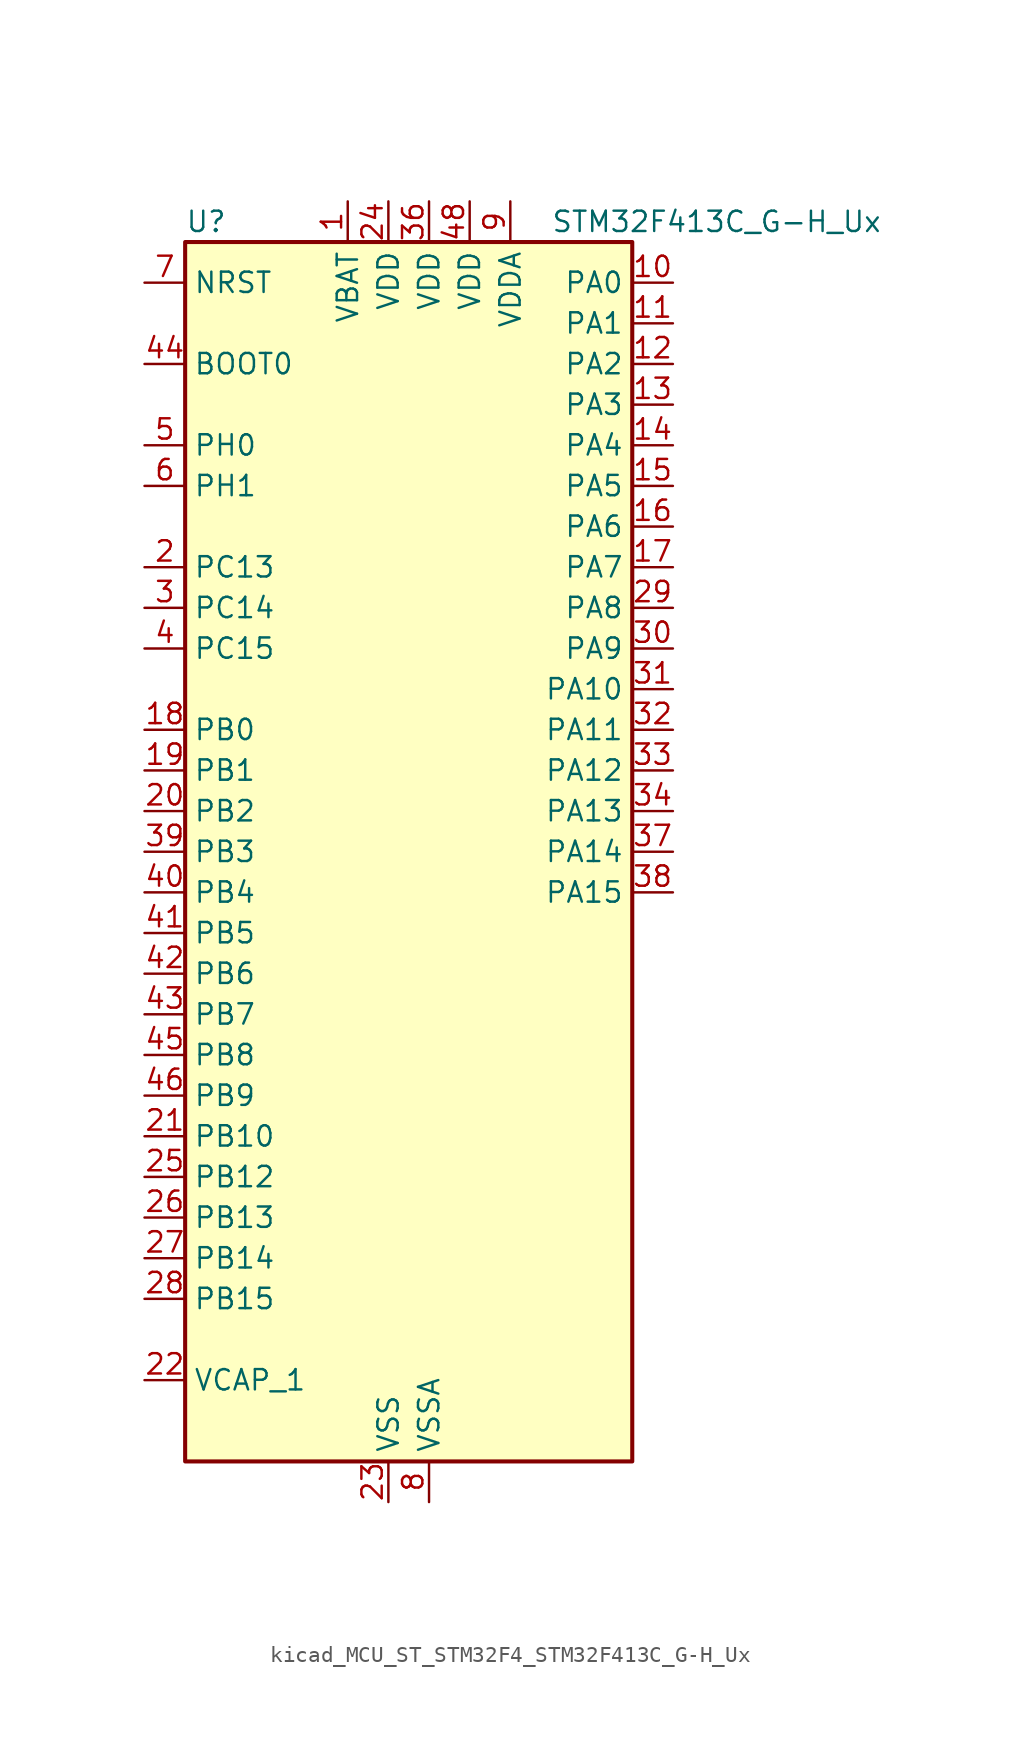
<source format=kicad_sym>
(kicad_symbol_lib
  (version 20220914)
  (generator kicad_symbol_editor)
  (symbol "kicad_MCU_ST_STM32F4_STM32F413C_G-H_Ux"
    (property "Reference" "U"
      (at -12.7 39.37 0)
      (effects (font (size 1.27 1.27)) (justify left)))
    (property "Value" "STM32F413C_G-H_Ux"
      (at 10.16 39.37 0)
      (effects (font (size 1.27 1.27)) (justify left)))
    (property "ki_locked" ""
      (at 0 0 0)
      (effects (font (size 1.27 1.27))))
    (symbol "kicad_MCU_ST_STM32F4_STM32F413C_G-H_Ux_0_1"
      (rectangle (start -12.7 -38.1) (end 15.24 38.1) (stroke (width 0.254) (type default)) (fill (type background))))
    (symbol "kicad_MCU_ST_STM32F4_STM32F413C_G-H_Ux_1_1"
      (pin power_in line (at -2.54 40.64 270) (length 2.54) (name "VBAT" (effects (font (size 1.27 1.27)))) (number "1" (effects (font (size 1.27 1.27)))))
      (pin bidirectional line (at 17.78 35.56 180) (length 2.54) (name "PA0" (effects (font (size 1.27 1.27)))) (number "10" (effects (font (size 1.27 1.27)))) (alternate "ADC1_IN0" bidirectional line) (alternate "SYS_WKUP1" bidirectional line) (alternate "TIM2_CH1" bidirectional line) (alternate "TIM2_ETR" bidirectional line) (alternate "TIM5_CH1" bidirectional line) (alternate "TIM8_ETR" bidirectional line) (alternate "UART4_TX" bidirectional line) (alternate "USART2_CTS" bidirectional line))
      (pin bidirectional line (at 17.78 33.02 180) (length 2.54) (name "PA1" (effects (font (size 1.27 1.27)))) (number "11" (effects (font (size 1.27 1.27)))) (alternate "ADC1_IN1" bidirectional line) (alternate "I2S4_SD" bidirectional line) (alternate "SPI4_MOSI" bidirectional line) (alternate "TIM2_CH2" bidirectional line) (alternate "TIM5_CH2" bidirectional line) (alternate "UART4_RX" bidirectional line) (alternate "USART2_RTS" bidirectional line))
      (pin bidirectional line (at 17.78 30.48 180) (length 2.54) (name "PA2" (effects (font (size 1.27 1.27)))) (number "12" (effects (font (size 1.27 1.27)))) (alternate "ADC1_IN2" bidirectional line) (alternate "I2S_CKIN" bidirectional line) (alternate "TIM2_CH3" bidirectional line) (alternate "TIM5_CH3" bidirectional line) (alternate "TIM9_CH1" bidirectional line) (alternate "USART2_TX" bidirectional line))
      (pin bidirectional line (at 17.78 27.94 180) (length 2.54) (name "PA3" (effects (font (size 1.27 1.27)))) (number "13" (effects (font (size 1.27 1.27)))) (alternate "ADC1_IN3" bidirectional line) (alternate "I2S2_MCK" bidirectional line) (alternate "SAI1_SD_B" bidirectional line) (alternate "TIM2_CH4" bidirectional line) (alternate "TIM5_CH4" bidirectional line) (alternate "TIM9_CH2" bidirectional line) (alternate "USART2_RX" bidirectional line))
      (pin bidirectional line (at 17.78 25.4 180) (length 2.54) (name "PA4" (effects (font (size 1.27 1.27)))) (number "14" (effects (font (size 1.27 1.27)))) (alternate "ADC1_IN4" bidirectional line) (alternate "DAC_OUT1" bidirectional line) (alternate "DFSDM1_DATIN1" bidirectional line) (alternate "I2S1_WS" bidirectional line) (alternate "I2S3_WS" bidirectional line) (alternate "SPI1_NSS" bidirectional line) (alternate "SPI3_NSS" bidirectional line) (alternate "USART2_CK" bidirectional line))
      (pin bidirectional line (at 17.78 22.86 180) (length 2.54) (name "PA5" (effects (font (size 1.27 1.27)))) (number "15" (effects (font (size 1.27 1.27)))) (alternate "ADC1_IN5" bidirectional line) (alternate "DAC_OUT2" bidirectional line) (alternate "DFSDM1_CKIN1" bidirectional line) (alternate "I2S1_CK" bidirectional line) (alternate "SPI1_SCK" bidirectional line) (alternate "TIM2_CH1" bidirectional line) (alternate "TIM2_ETR" bidirectional line) (alternate "TIM8_CH1N" bidirectional line))
      (pin bidirectional line (at 17.78 20.32 180) (length 2.54) (name "PA6" (effects (font (size 1.27 1.27)))) (number "16" (effects (font (size 1.27 1.27)))) (alternate "ADC1_IN6" bidirectional line) (alternate "DFSDM2_CKIN1" bidirectional line) (alternate "I2S2_MCK" bidirectional line) (alternate "SDIO_CMD" bidirectional line) (alternate "SPI1_MISO" bidirectional line) (alternate "TIM13_CH1" bidirectional line) (alternate "TIM1_BKIN" bidirectional line) (alternate "TIM3_CH1" bidirectional line) (alternate "TIM8_BKIN" bidirectional line))
      (pin bidirectional line (at 17.78 17.78 180) (length 2.54) (name "PA7" (effects (font (size 1.27 1.27)))) (number "17" (effects (font (size 1.27 1.27)))) (alternate "ADC1_IN7" bidirectional line) (alternate "DFSDM2_DATIN1" bidirectional line) (alternate "I2S1_SD" bidirectional line) (alternate "SPI1_MOSI" bidirectional line) (alternate "TIM14_CH1" bidirectional line) (alternate "TIM1_CH1N" bidirectional line) (alternate "TIM3_CH2" bidirectional line) (alternate "TIM8_CH1N" bidirectional line))
      (pin bidirectional line (at -15.24 7.62 0) (length 2.54) (name "PB0" (effects (font (size 1.27 1.27)))) (number "18" (effects (font (size 1.27 1.27)))) (alternate "ADC1_IN8" bidirectional line) (alternate "I2S5_CK" bidirectional line) (alternate "SPI5_SCK" bidirectional line) (alternate "TIM1_CH2N" bidirectional line) (alternate "TIM3_CH3" bidirectional line) (alternate "TIM8_CH2N" bidirectional line))
      (pin bidirectional line (at -15.24 5.08 0) (length 2.54) (name "PB1" (effects (font (size 1.27 1.27)))) (number "19" (effects (font (size 1.27 1.27)))) (alternate "ADC1_IN9" bidirectional line) (alternate "DFSDM1_DATIN0" bidirectional line) (alternate "I2S5_WS" bidirectional line) (alternate "SPI5_NSS" bidirectional line) (alternate "TIM1_CH3N" bidirectional line) (alternate "TIM3_CH4" bidirectional line) (alternate "TIM8_CH3N" bidirectional line))
      (pin bidirectional line (at -15.24 17.78 0) (length 2.54) (name "PC13" (effects (font (size 1.27 1.27)))) (number "2" (effects (font (size 1.27 1.27)))) (alternate "RTC_AF1" bidirectional line))
      (pin bidirectional line (at -15.24 2.54 0) (length 2.54) (name "PB2" (effects (font (size 1.27 1.27)))) (number "20" (effects (font (size 1.27 1.27)))) (alternate "DFSDM1_CKIN0" bidirectional line) (alternate "LPTIM1_OUT" bidirectional line))
      (pin bidirectional line (at -15.24 -17.78 0) (length 2.54) (name "PB10" (effects (font (size 1.27 1.27)))) (number "21" (effects (font (size 1.27 1.27)))) (alternate "DFSDM2_CKOUT" bidirectional line) (alternate "FMPI2C1_SCL" bidirectional line) (alternate "I2C2_SCL" bidirectional line) (alternate "I2S2_CK" bidirectional line) (alternate "I2S3_MCK" bidirectional line) (alternate "SDIO_D7" bidirectional line) (alternate "SPI2_SCK" bidirectional line) (alternate "TIM2_CH3" bidirectional line))
      (pin power_out line (at -15.24 -33.02 0) (length 2.54) (name "VCAP_1" (effects (font (size 1.27 1.27)))) (number "22" (effects (font (size 1.27 1.27)))))
      (pin power_in line (at 0 -40.64 90) (length 2.54) (name "VSS" (effects (font (size 1.27 1.27)))) (number "23" (effects (font (size 1.27 1.27)))))
      (pin power_in line (at 0 40.64 270) (length 2.54) (name "VDD" (effects (font (size 1.27 1.27)))) (number "24" (effects (font (size 1.27 1.27)))))
      (pin bidirectional line (at -15.24 -20.32 0) (length 2.54) (name "PB12" (effects (font (size 1.27 1.27)))) (number "25" (effects (font (size 1.27 1.27)))) (alternate "CAN2_RX" bidirectional line) (alternate "DFSDM1_DATIN1" bidirectional line) (alternate "I2C2_SMBA" bidirectional line) (alternate "I2S2_WS" bidirectional line) (alternate "I2S3_CK" bidirectional line) (alternate "I2S4_WS" bidirectional line) (alternate "SPI2_NSS" bidirectional line) (alternate "SPI3_SCK" bidirectional line) (alternate "SPI4_NSS" bidirectional line) (alternate "TIM1_BKIN" bidirectional line) (alternate "UART5_RX" bidirectional line))
      (pin bidirectional line (at -15.24 -22.86 0) (length 2.54) (name "PB13" (effects (font (size 1.27 1.27)))) (number "26" (effects (font (size 1.27 1.27)))) (alternate "CAN2_TX" bidirectional line) (alternate "DFSDM1_CKIN1" bidirectional line) (alternate "FMPI2C1_SMBA" bidirectional line) (alternate "I2S2_CK" bidirectional line) (alternate "I2S4_CK" bidirectional line) (alternate "SPI2_SCK" bidirectional line) (alternate "SPI4_SCK" bidirectional line) (alternate "TIM1_CH1N" bidirectional line) (alternate "UART5_TX" bidirectional line))
      (pin bidirectional line (at -15.24 -25.4 0) (length 2.54) (name "PB14" (effects (font (size 1.27 1.27)))) (number "27" (effects (font (size 1.27 1.27)))) (alternate "DFSDM1_DATIN2" bidirectional line) (alternate "FMPI2C1_SDA" bidirectional line) (alternate "I2S2_ext_SD" bidirectional line) (alternate "SDIO_D6" bidirectional line) (alternate "SPI2_MISO" bidirectional line) (alternate "TIM12_CH1" bidirectional line) (alternate "TIM1_CH2N" bidirectional line) (alternate "TIM8_CH2N" bidirectional line))
      (pin bidirectional line (at -15.24 -27.94 0) (length 2.54) (name "PB15" (effects (font (size 1.27 1.27)))) (number "28" (effects (font (size 1.27 1.27)))) (alternate "ADC1_EXTI15" bidirectional line) (alternate "DFSDM1_CKIN2" bidirectional line) (alternate "FMPI2C1_SCL" bidirectional line) (alternate "I2S2_SD" bidirectional line) (alternate "RTC_REFIN" bidirectional line) (alternate "SDIO_CK" bidirectional line) (alternate "SPI2_MOSI" bidirectional line) (alternate "TIM12_CH2" bidirectional line) (alternate "TIM1_CH3N" bidirectional line) (alternate "TIM8_CH3N" bidirectional line))
      (pin bidirectional line (at 17.78 15.24 180) (length 2.54) (name "PA8" (effects (font (size 1.27 1.27)))) (number "29" (effects (font (size 1.27 1.27)))) (alternate "CAN3_RX" bidirectional line) (alternate "DFSDM1_CKOUT" bidirectional line) (alternate "I2C3_SCL" bidirectional line) (alternate "RCC_MCO_1" bidirectional line) (alternate "SDIO_D1" bidirectional line) (alternate "TIM1_CH1" bidirectional line) (alternate "UART7_RX" bidirectional line) (alternate "USART1_CK" bidirectional line) (alternate "USB_OTG_FS_SOF" bidirectional line))
      (pin bidirectional line (at -15.24 15.24 0) (length 2.54) (name "PC14" (effects (font (size 1.27 1.27)))) (number "3" (effects (font (size 1.27 1.27)))) (alternate "RCC_OSC32_IN" bidirectional line))
      (pin bidirectional line (at 17.78 12.7 180) (length 2.54) (name "PA9" (effects (font (size 1.27 1.27)))) (number "30" (effects (font (size 1.27 1.27)))) (alternate "DAC_EXTI9" bidirectional line) (alternate "DFSDM2_CKIN3" bidirectional line) (alternate "I2C3_SMBA" bidirectional line) (alternate "I2S2_CK" bidirectional line) (alternate "SDIO_D2" bidirectional line) (alternate "SPI2_SCK" bidirectional line) (alternate "TIM1_CH2" bidirectional line) (alternate "USART1_TX" bidirectional line) (alternate "USB_OTG_FS_VBUS" bidirectional line))
      (pin bidirectional line (at 17.78 10.16 180) (length 2.54) (name "PA10" (effects (font (size 1.27 1.27)))) (number "31" (effects (font (size 1.27 1.27)))) (alternate "DFSDM2_DATIN3" bidirectional line) (alternate "I2S2_SD" bidirectional line) (alternate "I2S5_SD" bidirectional line) (alternate "SPI2_MOSI" bidirectional line) (alternate "SPI5_MOSI" bidirectional line) (alternate "TIM1_CH3" bidirectional line) (alternate "USART1_RX" bidirectional line) (alternate "USB_OTG_FS_ID" bidirectional line))
      (pin bidirectional line (at 17.78 7.62 180) (length 2.54) (name "PA11" (effects (font (size 1.27 1.27)))) (number "32" (effects (font (size 1.27 1.27)))) (alternate "ADC1_EXTI11" bidirectional line) (alternate "CAN1_RX" bidirectional line) (alternate "DFSDM2_CKIN5" bidirectional line) (alternate "I2S2_WS" bidirectional line) (alternate "SPI2_NSS" bidirectional line) (alternate "SPI4_MISO" bidirectional line) (alternate "TIM1_CH4" bidirectional line) (alternate "UART4_RX" bidirectional line) (alternate "USART1_CTS" bidirectional line) (alternate "USART6_TX" bidirectional line) (alternate "USB_OTG_FS_DM" bidirectional line))
      (pin bidirectional line (at 17.78 5.08 180) (length 2.54) (name "PA12" (effects (font (size 1.27 1.27)))) (number "33" (effects (font (size 1.27 1.27)))) (alternate "CAN1_TX" bidirectional line) (alternate "DFSDM2_DATIN5" bidirectional line) (alternate "SPI2_MISO" bidirectional line) (alternate "SPI5_MISO" bidirectional line) (alternate "TIM1_ETR" bidirectional line) (alternate "UART4_TX" bidirectional line) (alternate "USART1_RTS" bidirectional line) (alternate "USART6_RX" bidirectional line) (alternate "USB_OTG_FS_DP" bidirectional line))
      (pin bidirectional line (at 17.78 2.54 180) (length 2.54) (name "PA13" (effects (font (size 1.27 1.27)))) (number "34" (effects (font (size 1.27 1.27)))) (alternate "SYS_JTMS-SWDIO" bidirectional line))
      (pin passive line (at 0 -40.64 90) (length 2.54) hide (name "VSS" (effects (font (size 1.27 1.27)))) (number "35" (effects (font (size 1.27 1.27)))))
      (pin power_in line (at 2.54 40.64 270) (length 2.54) (name "VDD" (effects (font (size 1.27 1.27)))) (number "36" (effects (font (size 1.27 1.27)))))
      (pin bidirectional line (at 17.78 0 180) (length 2.54) (name "PA14" (effects (font (size 1.27 1.27)))) (number "37" (effects (font (size 1.27 1.27)))) (alternate "SYS_JTCK-SWCLK" bidirectional line))
      (pin bidirectional line (at 17.78 -2.54 180) (length 2.54) (name "PA15" (effects (font (size 1.27 1.27)))) (number "38" (effects (font (size 1.27 1.27)))) (alternate "ADC1_EXTI15" bidirectional line) (alternate "CAN3_TX" bidirectional line) (alternate "I2S1_WS" bidirectional line) (alternate "I2S3_WS" bidirectional line) (alternate "SAI1_MCLK_A" bidirectional line) (alternate "SPI1_NSS" bidirectional line) (alternate "SPI3_NSS" bidirectional line) (alternate "SYS_JTDI" bidirectional line) (alternate "TIM2_CH1" bidirectional line) (alternate "TIM2_ETR" bidirectional line) (alternate "UART7_TX" bidirectional line) (alternate "USART1_TX" bidirectional line))
      (pin bidirectional line (at -15.24 0 0) (length 2.54) (name "PB3" (effects (font (size 1.27 1.27)))) (number "39" (effects (font (size 1.27 1.27)))) (alternate "CAN3_RX" bidirectional line) (alternate "FMPI2C1_SDA" bidirectional line) (alternate "I2C2_SDA" bidirectional line) (alternate "I2S1_CK" bidirectional line) (alternate "I2S3_CK" bidirectional line) (alternate "SAI1_SD_A" bidirectional line) (alternate "SPI1_SCK" bidirectional line) (alternate "SPI3_SCK" bidirectional line) (alternate "SYS_JTDO-SWO" bidirectional line) (alternate "TIM2_CH2" bidirectional line) (alternate "UART7_RX" bidirectional line) (alternate "USART1_RX" bidirectional line))
      (pin bidirectional line (at -15.24 12.7 0) (length 2.54) (name "PC15" (effects (font (size 1.27 1.27)))) (number "4" (effects (font (size 1.27 1.27)))) (alternate "ADC1_EXTI15" bidirectional line) (alternate "RCC_OSC32_OUT" bidirectional line))
      (pin bidirectional line (at -15.24 -2.54 0) (length 2.54) (name "PB4" (effects (font (size 1.27 1.27)))) (number "40" (effects (font (size 1.27 1.27)))) (alternate "CAN3_TX" bidirectional line) (alternate "I2C3_SDA" bidirectional line) (alternate "I2S3_ext_SD" bidirectional line) (alternate "SAI1_SCK_A" bidirectional line) (alternate "SDIO_D0" bidirectional line) (alternate "SPI1_MISO" bidirectional line) (alternate "SPI3_MISO" bidirectional line) (alternate "SYS_JTRST" bidirectional line) (alternate "TIM3_CH1" bidirectional line) (alternate "UART7_TX" bidirectional line))
      (pin bidirectional line (at -15.24 -5.08 0) (length 2.54) (name "PB5" (effects (font (size 1.27 1.27)))) (number "41" (effects (font (size 1.27 1.27)))) (alternate "CAN2_RX" bidirectional line) (alternate "I2C1_SMBA" bidirectional line) (alternate "I2S1_SD" bidirectional line) (alternate "I2S3_SD" bidirectional line) (alternate "LPTIM1_IN1" bidirectional line) (alternate "SAI1_FS_A" bidirectional line) (alternate "SDIO_D3" bidirectional line) (alternate "SPI1_MOSI" bidirectional line) (alternate "SPI3_MOSI" bidirectional line) (alternate "TIM3_CH2" bidirectional line) (alternate "UART5_RX" bidirectional line))
      (pin bidirectional line (at -15.24 -7.62 0) (length 2.54) (name "PB6" (effects (font (size 1.27 1.27)))) (number "42" (effects (font (size 1.27 1.27)))) (alternate "CAN2_TX" bidirectional line) (alternate "DFSDM2_CKIN7" bidirectional line) (alternate "I2C1_SCL" bidirectional line) (alternate "LPTIM1_ETR" bidirectional line) (alternate "SDIO_D0" bidirectional line) (alternate "TIM4_CH1" bidirectional line) (alternate "UART5_TX" bidirectional line) (alternate "USART1_TX" bidirectional line))
      (pin bidirectional line (at -15.24 -10.16 0) (length 2.54) (name "PB7" (effects (font (size 1.27 1.27)))) (number "43" (effects (font (size 1.27 1.27)))) (alternate "DFSDM2_DATIN7" bidirectional line) (alternate "I2C1_SDA" bidirectional line) (alternate "LPTIM1_IN2" bidirectional line) (alternate "TIM4_CH2" bidirectional line) (alternate "USART1_RX" bidirectional line))
      (pin input line (at -15.24 30.48 0) (length 2.54) (name "BOOT0" (effects (font (size 1.27 1.27)))) (number "44" (effects (font (size 1.27 1.27)))))
      (pin bidirectional line (at -15.24 -12.7 0) (length 2.54) (name "PB8" (effects (font (size 1.27 1.27)))) (number "45" (effects (font (size 1.27 1.27)))) (alternate "CAN1_RX" bidirectional line) (alternate "DFSDM2_CKIN1" bidirectional line) (alternate "I2C1_SCL" bidirectional line) (alternate "I2C3_SDA" bidirectional line) (alternate "I2S5_SD" bidirectional line) (alternate "LPTIM1_OUT" bidirectional line) (alternate "SDIO_D4" bidirectional line) (alternate "SPI5_MOSI" bidirectional line) (alternate "TIM10_CH1" bidirectional line) (alternate "TIM4_CH3" bidirectional line) (alternate "UART5_RX" bidirectional line))
      (pin bidirectional line (at -15.24 -15.24 0) (length 2.54) (name "PB9" (effects (font (size 1.27 1.27)))) (number "46" (effects (font (size 1.27 1.27)))) (alternate "CAN1_TX" bidirectional line) (alternate "DAC_EXTI9" bidirectional line) (alternate "DFSDM2_DATIN1" bidirectional line) (alternate "I2C1_SDA" bidirectional line) (alternate "I2C2_SDA" bidirectional line) (alternate "I2S2_WS" bidirectional line) (alternate "SDIO_D5" bidirectional line) (alternate "SPI2_NSS" bidirectional line) (alternate "TIM11_CH1" bidirectional line) (alternate "TIM4_CH4" bidirectional line) (alternate "UART5_TX" bidirectional line))
      (pin passive line (at 0 -40.64 90) (length 2.54) hide (name "VSS" (effects (font (size 1.27 1.27)))) (number "47" (effects (font (size 1.27 1.27)))))
      (pin power_in line (at 5.08 40.64 270) (length 2.54) (name "VDD" (effects (font (size 1.27 1.27)))) (number "48" (effects (font (size 1.27 1.27)))))
      (pin passive line (at 0 -40.64 90) (length 2.54) hide (name "VSS" (effects (font (size 1.27 1.27)))) (number "49" (effects (font (size 1.27 1.27)))))
      (pin bidirectional line (at -15.24 25.4 0) (length 2.54) (name "PH0" (effects (font (size 1.27 1.27)))) (number "5" (effects (font (size 1.27 1.27)))) (alternate "RCC_OSC_IN" bidirectional line))
      (pin bidirectional line (at -15.24 22.86 0) (length 2.54) (name "PH1" (effects (font (size 1.27 1.27)))) (number "6" (effects (font (size 1.27 1.27)))) (alternate "RCC_OSC_OUT" bidirectional line))
      (pin input line (at -15.24 35.56 0) (length 2.54) (name "NRST" (effects (font (size 1.27 1.27)))) (number "7" (effects (font (size 1.27 1.27)))))
      (pin power_in line (at 2.54 -40.64 90) (length 2.54) (name "VSSA" (effects (font (size 1.27 1.27)))) (number "8" (effects (font (size 1.27 1.27)))))
      (pin power_in line (at 7.62 40.64 270) (length 2.54) (name "VDDA" (effects (font (size 1.27 1.27)))) (number "9" (effects (font (size 1.27 1.27))))))))
</source>
